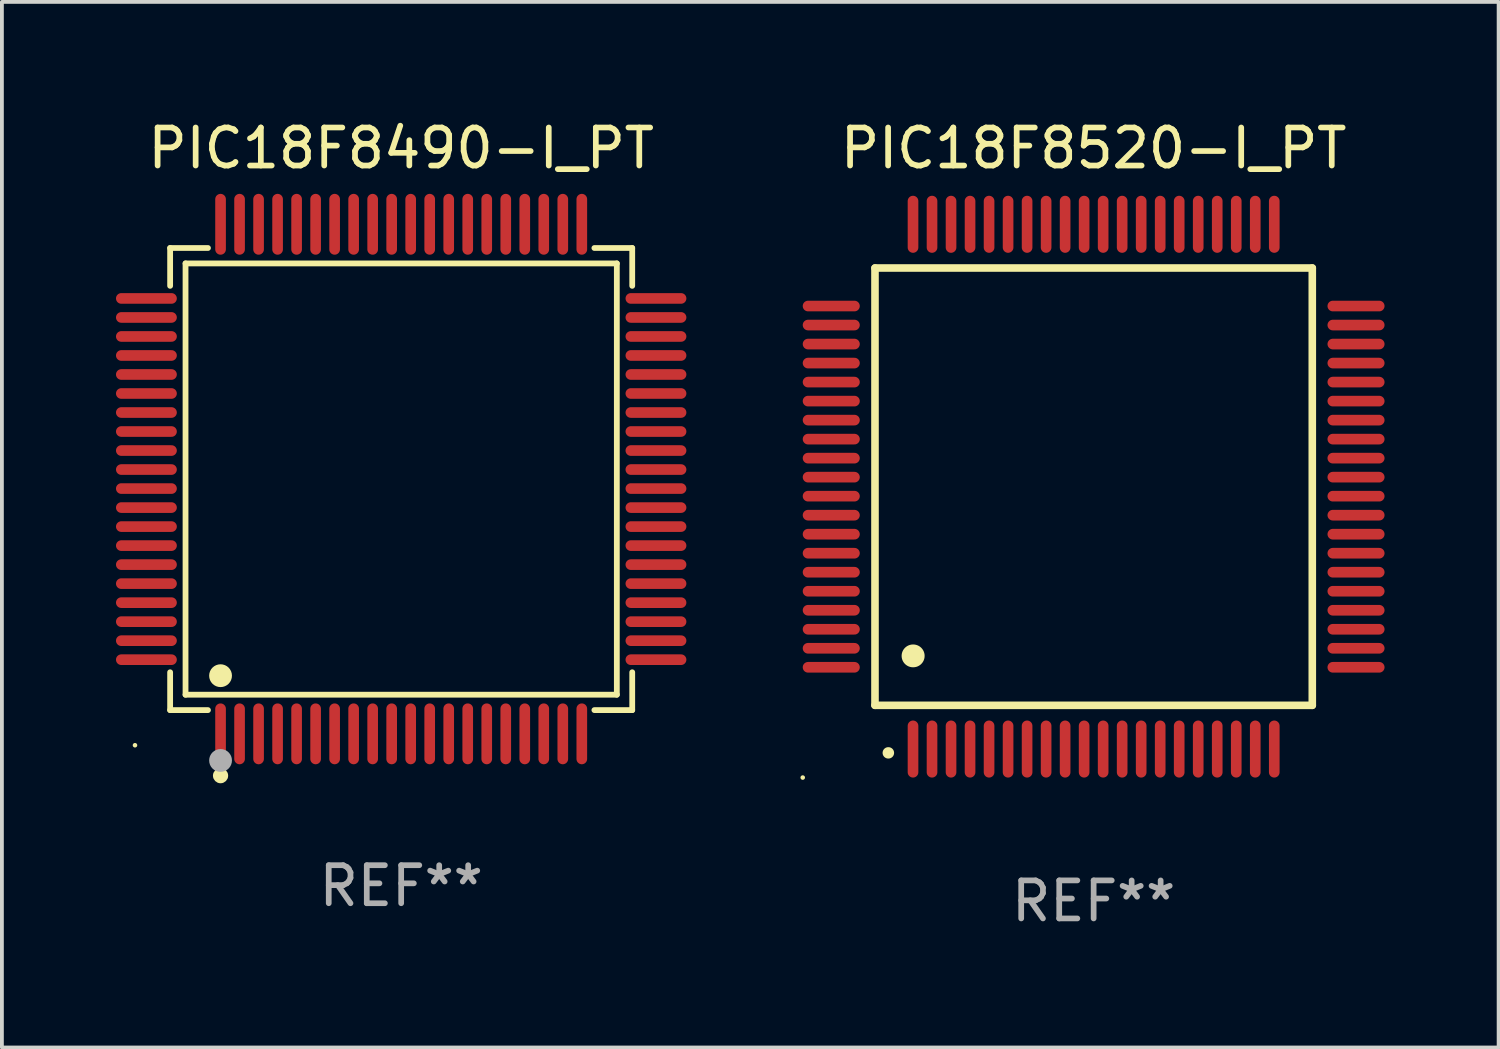
<source format=kicad_pcb>
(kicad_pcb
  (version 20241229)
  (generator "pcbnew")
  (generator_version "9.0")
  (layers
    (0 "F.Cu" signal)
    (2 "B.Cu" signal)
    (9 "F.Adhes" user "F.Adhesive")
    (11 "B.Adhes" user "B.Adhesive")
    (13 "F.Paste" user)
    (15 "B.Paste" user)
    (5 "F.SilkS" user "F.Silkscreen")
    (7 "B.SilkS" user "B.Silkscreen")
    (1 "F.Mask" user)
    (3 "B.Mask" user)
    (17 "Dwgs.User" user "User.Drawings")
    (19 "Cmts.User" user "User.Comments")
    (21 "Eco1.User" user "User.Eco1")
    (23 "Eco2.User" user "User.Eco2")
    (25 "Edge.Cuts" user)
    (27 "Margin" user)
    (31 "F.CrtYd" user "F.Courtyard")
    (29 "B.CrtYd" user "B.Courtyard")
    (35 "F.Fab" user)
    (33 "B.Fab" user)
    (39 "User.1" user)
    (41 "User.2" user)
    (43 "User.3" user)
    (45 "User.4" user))
  (footprint "PIC18F8520-I_PT"
    (layer "F.Cu")
    (at 25.71 9.748)
    (property "Reference" "PIC18F8520-I_PT" (at 0 -8.9 0) (layer "F.SilkS") (effects (font (size 1 1) (thickness 0.15))))
    (attr through_hole)
    (fp_line (start -5.75 -5.75) (end 5.75 -5.75) (stroke (width 0.2) (type solid)) (layer "F.SilkS"))
    (fp_line (start -5.75 5.75) (end -5.75 -5.75) (stroke (width 0.2) (type solid)) (layer "F.SilkS"))
    (fp_line (start 5.75 -5.75) (end 5.75 5.75) (stroke (width 0.2) (type solid)) (layer "F.SilkS"))
    (fp_line (start 5.75 5.75) (end -5.75 5.75) (stroke (width 0.2) (type solid)) (layer "F.SilkS"))
    (fp_arc (start -5.400051 7.000254) (mid -5.398781 7.000249) (end -5.397511 7.000254) (stroke (width 0.3) (type solid)) (layer "F.SilkS"))
    (fp_arc (start -4.749809 4.450089) (mid -4.747269 4.450078) (end -4.744729 4.450089) (stroke (width 0.6) (type solid)) (layer "F.SilkS"))
    (fp_circle (center -7.65 7.65) (end -7.62 7.65) (stroke (width 0.06) (type solid)) (fill no) (layer "F.SilkS"))
    (fp_text user "REF**" (at 0 10.9 0) (layer "F.Fab") (effects (font (size 1 1) (thickness 0.15))))
    (pad "1" smd oval (at -4.75 6.9 180) (size 0.28 1.5) (layers "F.Cu" "F.Mask" "F.Paste"))
    (pad "2" smd oval (at -4.25 6.9 180) (size 0.28 1.5) (layers "F.Cu" "F.Mask" "F.Paste"))
    (pad "3" smd oval (at -3.75 6.9 180) (size 0.28 1.5) (layers "F.Cu" "F.Mask" "F.Paste"))
    (pad "4" smd oval (at -3.25 6.9 180) (size 0.28 1.5) (layers "F.Cu" "F.Mask" "F.Paste"))
    (pad "5" smd oval (at -2.75 6.9 180) (size 0.28 1.5) (layers "F.Cu" "F.Mask" "F.Paste"))
    (pad "6" smd oval (at -2.25 6.9 180) (size 0.28 1.5) (layers "F.Cu" "F.Mask" "F.Paste"))
    (pad "7" smd oval (at -1.75 6.9 180) (size 0.28 1.5) (layers "F.Cu" "F.Mask" "F.Paste"))
    (pad "8" smd oval (at -1.25 6.9 180) (size 0.28 1.5) (layers "F.Cu" "F.Mask" "F.Paste"))
    (pad "9" smd oval (at -0.75 6.9 180) (size 0.28 1.5) (layers "F.Cu" "F.Mask" "F.Paste"))
    (pad "10" smd oval (at -0.25 6.9 180) (size 0.28 1.5) (layers "F.Cu" "F.Mask" "F.Paste"))
    (pad "11" smd oval (at 0.25 6.9 180) (size 0.28 1.5) (layers "F.Cu" "F.Mask" "F.Paste"))
    (pad "12" smd oval (at 0.75 6.9 180) (size 0.28 1.5) (layers "F.Cu" "F.Mask" "F.Paste"))
    (pad "13" smd oval (at 1.25 6.9 180) (size 0.28 1.5) (layers "F.Cu" "F.Mask" "F.Paste"))
    (pad "14" smd oval (at 1.75 6.9 180) (size 0.28 1.5) (layers "F.Cu" "F.Mask" "F.Paste"))
    (pad "15" smd oval (at 2.25 6.9 180) (size 0.28 1.5) (layers "F.Cu" "F.Mask" "F.Paste"))
    (pad "16" smd oval (at 2.75 6.9 180) (size 0.28 1.5) (layers "F.Cu" "F.Mask" "F.Paste"))
    (pad "17" smd oval (at 3.25 6.9 180) (size 0.28 1.5) (layers "F.Cu" "F.Mask" "F.Paste"))
    (pad "18" smd oval (at 3.75 6.9 180) (size 0.28 1.5) (layers "F.Cu" "F.Mask" "F.Paste"))
    (pad "19" smd oval (at 4.25 6.9 180) (size 0.28 1.5) (layers "F.Cu" "F.Mask" "F.Paste"))
    (pad "20" smd oval (at 4.75 6.9) (size 0.28 1.5) (layers "F.Cu" "F.Mask" "F.Paste"))
    (pad "21" smd oval (at 6.9 4.75 270) (size 0.28 1.5) (layers "F.Cu" "F.Mask" "F.Paste"))
    (pad "22" smd oval (at 6.9 4.25 90) (size 0.28 1.5) (layers "F.Cu" "F.Mask" "F.Paste"))
    (pad "23" smd oval (at 6.9 3.75 90) (size 0.28 1.5) (layers "F.Cu" "F.Mask" "F.Paste"))
    (pad "24" smd oval (at 6.9 3.25 90) (size 0.28 1.5) (layers "F.Cu" "F.Mask" "F.Paste"))
    (pad "25" smd oval (at 6.9 2.75 90) (size 0.28 1.5) (layers "F.Cu" "F.Mask" "F.Paste"))
    (pad "26" smd oval (at 6.9 2.25 90) (size 0.28 1.5) (layers "F.Cu" "F.Mask" "F.Paste"))
    (pad "27" smd oval (at 6.9 1.75 90) (size 0.28 1.5) (layers "F.Cu" "F.Mask" "F.Paste"))
    (pad "28" smd oval (at 6.9 1.25 90) (size 0.28 1.5) (layers "F.Cu" "F.Mask" "F.Paste"))
    (pad "29" smd oval (at 6.9 0.75 90) (size 0.28 1.5) (layers "F.Cu" "F.Mask" "F.Paste"))
    (pad "30" smd oval (at 6.9 0.25 90) (size 0.28 1.5) (layers "F.Cu" "F.Mask" "F.Paste"))
    (pad "31" smd oval (at 6.9 -0.25 90) (size 0.28 1.5) (layers "F.Cu" "F.Mask" "F.Paste"))
    (pad "32" smd oval (at 6.9 -0.75 90) (size 0.28 1.5) (layers "F.Cu" "F.Mask" "F.Paste"))
    (pad "33" smd oval (at 6.9 -1.25 90) (size 0.28 1.5) (layers "F.Cu" "F.Mask" "F.Paste"))
    (pad "34" smd oval (at 6.9 -1.75 90) (size 0.28 1.5) (layers "F.Cu" "F.Mask" "F.Paste"))
    (pad "35" smd oval (at 6.9 -2.25 90) (size 0.28 1.5) (layers "F.Cu" "F.Mask" "F.Paste"))
    (pad "36" smd oval (at 6.9 -2.75 90) (size 0.28 1.5) (layers "F.Cu" "F.Mask" "F.Paste"))
    (pad "37" smd oval (at 6.9 -3.25 90) (size 0.28 1.5) (layers "F.Cu" "F.Mask" "F.Paste"))
    (pad "38" smd oval (at 6.9 -3.75 90) (size 0.28 1.5) (layers "F.Cu" "F.Mask" "F.Paste"))
    (pad "39" smd oval (at 6.9 -4.25 90) (size 0.28 1.5) (layers "F.Cu" "F.Mask" "F.Paste"))
    (pad "40" smd oval (at 6.9 -4.75 90) (size 0.28 1.5) (layers "F.Cu" "F.Mask" "F.Paste"))
    (pad "41" smd oval (at 4.75 -6.9) (size 0.28 1.5) (layers "F.Cu" "F.Mask" "F.Paste"))
    (pad "42" smd oval (at 4.25 -6.9 180) (size 0.28 1.5) (layers "F.Cu" "F.Mask" "F.Paste"))
    (pad "43" smd oval (at 3.75 -6.9 180) (size 0.28 1.5) (layers "F.Cu" "F.Mask" "F.Paste"))
    (pad "44" smd oval (at 3.25 -6.9 180) (size 0.28 1.5) (layers "F.Cu" "F.Mask" "F.Paste"))
    (pad "45" smd oval (at 2.75 -6.9 180) (size 0.28 1.5) (layers "F.Cu" "F.Mask" "F.Paste"))
    (pad "46" smd oval (at 2.25 -6.9 180) (size 0.28 1.5) (layers "F.Cu" "F.Mask" "F.Paste"))
    (pad "47" smd oval (at 1.75 -6.9 180) (size 0.28 1.5) (layers "F.Cu" "F.Mask" "F.Paste"))
    (pad "48" smd oval (at 1.25 -6.9 180) (size 0.28 1.5) (layers "F.Cu" "F.Mask" "F.Paste"))
    (pad "49" smd oval (at 0.75 -6.9 180) (size 0.28 1.5) (layers "F.Cu" "F.Mask" "F.Paste"))
    (pad "50" smd oval (at 0.25 -6.9 180) (size 0.28 1.5) (layers "F.Cu" "F.Mask" "F.Paste"))
    (pad "51" smd oval (at -0.25 -6.9 180) (size 0.28 1.5) (layers "F.Cu" "F.Mask" "F.Paste"))
    (pad "52" smd oval (at -0.75 -6.9 180) (size 0.28 1.5) (layers "F.Cu" "F.Mask" "F.Paste"))
    (pad "53" smd oval (at -1.25 -6.9 180) (size 0.28 1.5) (layers "F.Cu" "F.Mask" "F.Paste"))
    (pad "54" smd oval (at -1.75 -6.9 180) (size 0.28 1.5) (layers "F.Cu" "F.Mask" "F.Paste"))
    (pad "55" smd oval (at -2.25 -6.9 180) (size 0.28 1.5) (layers "F.Cu" "F.Mask" "F.Paste"))
    (pad "56" smd oval (at -2.75 -6.9 180) (size 0.28 1.5) (layers "F.Cu" "F.Mask" "F.Paste"))
    (pad "57" smd oval (at -3.25 -6.9 180) (size 0.28 1.5) (layers "F.Cu" "F.Mask" "F.Paste"))
    (pad "58" smd oval (at -3.75 -6.9 180) (size 0.28 1.5) (layers "F.Cu" "F.Mask" "F.Paste"))
    (pad "59" smd oval (at -4.25 -6.9 180) (size 0.28 1.5) (layers "F.Cu" "F.Mask" "F.Paste"))
    (pad "60" smd oval (at -4.75 -6.9 180) (size 0.28 1.5) (layers "F.Cu" "F.Mask" "F.Paste"))
    (pad "61" smd oval (at -6.9 -4.75 90) (size 0.28 1.5) (layers "F.Cu" "F.Mask" "F.Paste"))
    (pad "62" smd oval (at -6.9 -4.25 90) (size 0.28 1.5) (layers "F.Cu" "F.Mask" "F.Paste"))
    (pad "63" smd oval (at -6.9 -3.75 90) (size 0.28 1.5) (layers "F.Cu" "F.Mask" "F.Paste"))
    (pad "64" smd oval (at -6.9 -3.25 90) (size 0.28 1.5) (layers "F.Cu" "F.Mask" "F.Paste"))
    (pad "65" smd oval (at -6.9 -2.75 90) (size 0.28 1.5) (layers "F.Cu" "F.Mask" "F.Paste"))
    (pad "66" smd oval (at -6.9 -2.25 90) (size 0.28 1.5) (layers "F.Cu" "F.Mask" "F.Paste"))
    (pad "67" smd oval (at -6.9 -1.75 90) (size 0.28 1.5) (layers "F.Cu" "F.Mask" "F.Paste"))
    (pad "68" smd oval (at -6.9 -1.25 90) (size 0.28 1.5) (layers "F.Cu" "F.Mask" "F.Paste"))
    (pad "69" smd oval (at -6.9 -0.75 90) (size 0.28 1.5) (layers "F.Cu" "F.Mask" "F.Paste"))
    (pad "70" smd oval (at -6.9 -0.25 90) (size 0.28 1.5) (layers "F.Cu" "F.Mask" "F.Paste"))
    (pad "71" smd oval (at -6.9 0.25 90) (size 0.28 1.5) (layers "F.Cu" "F.Mask" "F.Paste"))
    (pad "72" smd oval (at -6.9 0.75 90) (size 0.28 1.5) (layers "F.Cu" "F.Mask" "F.Paste"))
    (pad "73" smd oval (at -6.9 1.25 90) (size 0.28 1.5) (layers "F.Cu" "F.Mask" "F.Paste"))
    (pad "74" smd oval (at -6.9 1.75 90) (size 0.28 1.5) (layers "F.Cu" "F.Mask" "F.Paste"))
    (pad "75" smd oval (at -6.9 2.25 90) (size 0.28 1.5) (layers "F.Cu" "F.Mask" "F.Paste"))
    (pad "76" smd oval (at -6.9 2.75 90) (size 0.28 1.5) (layers "F.Cu" "F.Mask" "F.Paste"))
    (pad "77" smd oval (at -6.9 3.25 90) (size 0.28 1.5) (layers "F.Cu" "F.Mask" "F.Paste"))
    (pad "78" smd oval (at -6.9 3.75 90) (size 0.28 1.5) (layers "F.Cu" "F.Mask" "F.Paste"))
    (pad "79" smd oval (at -6.9 4.25 90) (size 0.28 1.5) (layers "F.Cu" "F.Mask" "F.Paste"))
    (pad "80" smd oval (at -6.9 4.75 270) (size 0.28 1.5) (layers "F.Cu" "F.Mask" "F.Paste")))
  (footprint "PIC18F8490-I_PT"
    (layer "F.Cu")
    (at 7.5 9.548)
    (property "Reference" "PIC18F8490-I_PT" (at 0 -8.7 0) (layer "F.SilkS") (effects (font (size 1 1) (thickness 0.15))))
    (attr through_hole)
    (fp_line (start -6.076 -6.076) (end -5.081 -6.076) (stroke (width 0.152) (type solid)) (layer "F.SilkS"))
    (fp_line (start -6.076 -5.081) (end -6.076 -6.076) (stroke (width 0.152) (type solid)) (layer "F.SilkS"))
    (fp_line (start -6.076 5.081) (end -6.076 6.076) (stroke (width 0.152) (type solid)) (layer "F.SilkS"))
    (fp_line (start -6.076 6.076) (end -5.081 6.076) (stroke (width 0.152) (type solid)) (layer "F.SilkS"))
    (fp_line (start -5.671 -5.671) (end 5.671 -5.671) (stroke (width 0.152) (type solid)) (layer "F.SilkS"))
    (fp_line (start -5.671 5.671) (end -5.671 -5.671) (stroke (width 0.152) (type solid)) (layer "F.SilkS"))
    (fp_line (start 5.671 -5.671) (end 5.671 5.671) (stroke (width 0.152) (type solid)) (layer "F.SilkS"))
    (fp_line (start 5.671 5.671) (end -5.671 5.671) (stroke (width 0.152) (type solid)) (layer "F.SilkS"))
    (fp_line (start 6.076 -6.076) (end 5.081 -6.076) (stroke (width 0.152) (type solid)) (layer "F.SilkS"))
    (fp_line (start 6.076 -5.081) (end 6.076 -6.076) (stroke (width 0.152) (type solid)) (layer "F.SilkS"))
    (fp_line (start 6.076 5.081) (end 6.076 6.076) (stroke (width 0.152) (type solid)) (layer "F.SilkS"))
    (fp_line (start 6.076 6.076) (end 5.081 6.076) (stroke (width 0.152) (type solid)) (layer "F.SilkS"))
    (fp_circle (center -7 7) (end -6.97 7) (stroke (width 0.06) (type solid)) (fill no) (layer "F.SilkS"))
    (fp_circle (center -4.75 5.171) (end -4.6 5.171) (stroke (width 0.3) (type solid)) (fill no) (layer "F.SilkS"))
    (fp_circle (center -4.75 7.8) (end -4.65 7.8) (stroke (width 0.2) (type solid)) (fill no) (layer "F.SilkS"))
    (fp_circle (center -4.75 7.4) (end -4.6 7.4) (stroke (width 0.3) (type solid)) (fill no) (layer "F.Fab"))
    (fp_text user "REF**" (at 0 10.7 0) (layer "F.Fab") (effects (font (size 1 1) (thickness 0.15))))
    (pad "1" smd oval (at -4.75 6.7) (size 0.28 1.6) (layers "F.Cu" "F.Mask" "F.Paste"))
    (pad "2" smd oval (at -4.25 6.7) (size 0.28 1.6) (layers "F.Cu" "F.Mask" "F.Paste"))
    (pad "3" smd oval (at -3.75 6.7) (size 0.28 1.6) (layers "F.Cu" "F.Mask" "F.Paste"))
    (pad "4" smd oval (at -3.25 6.7) (size 0.28 1.6) (layers "F.Cu" "F.Mask" "F.Paste"))
    (pad "5" smd oval (at -2.75 6.7) (size 0.28 1.6) (layers "F.Cu" "F.Mask" "F.Paste"))
    (pad "6" smd oval (at -2.25 6.7) (size 0.28 1.6) (layers "F.Cu" "F.Mask" "F.Paste"))
    (pad "7" smd oval (at -1.75 6.7) (size 0.28 1.6) (layers "F.Cu" "F.Mask" "F.Paste"))
    (pad "8" smd oval (at -1.25 6.7) (size 0.28 1.6) (layers "F.Cu" "F.Mask" "F.Paste"))
    (pad "9" smd oval (at -0.75 6.7) (size 0.28 1.6) (layers "F.Cu" "F.Mask" "F.Paste"))
    (pad "10" smd oval (at -0.25 6.7) (size 0.28 1.6) (layers "F.Cu" "F.Mask" "F.Paste"))
    (pad "11" smd oval (at 0.25 6.7) (size 0.28 1.6) (layers "F.Cu" "F.Mask" "F.Paste"))
    (pad "12" smd oval (at 0.75 6.7) (size 0.28 1.6) (layers "F.Cu" "F.Mask" "F.Paste"))
    (pad "13" smd oval (at 1.25 6.7) (size 0.28 1.6) (layers "F.Cu" "F.Mask" "F.Paste"))
    (pad "14" smd oval (at 1.75 6.7) (size 0.28 1.6) (layers "F.Cu" "F.Mask" "F.Paste"))
    (pad "15" smd oval (at 2.25 6.7) (size 0.28 1.6) (layers "F.Cu" "F.Mask" "F.Paste"))
    (pad "16" smd oval (at 2.75 6.7) (size 0.28 1.6) (layers "F.Cu" "F.Mask" "F.Paste"))
    (pad "17" smd oval (at 3.25 6.7) (size 0.28 1.6) (layers "F.Cu" "F.Mask" "F.Paste"))
    (pad "18" smd oval (at 3.75 6.7) (size 0.28 1.6) (layers "F.Cu" "F.Mask" "F.Paste"))
    (pad "19" smd oval (at 4.25 6.7) (size 0.28 1.6) (layers "F.Cu" "F.Mask" "F.Paste"))
    (pad "20" smd oval (at 4.75 6.7) (size 0.28 1.6) (layers "F.Cu" "F.Mask" "F.Paste"))
    (pad "21" smd oval (at 6.7 4.75) (size 1.6 0.28) (layers "F.Cu" "F.Mask" "F.Paste"))
    (pad "22" smd oval (at 6.7 4.25) (size 1.6 0.28) (layers "F.Cu" "F.Mask" "F.Paste"))
    (pad "23" smd oval (at 6.7 3.75) (size 1.6 0.28) (layers "F.Cu" "F.Mask" "F.Paste"))
    (pad "24" smd oval (at 6.7 3.25) (size 1.6 0.28) (layers "F.Cu" "F.Mask" "F.Paste"))
    (pad "25" smd oval (at 6.7 2.75) (size 1.6 0.28) (layers "F.Cu" "F.Mask" "F.Paste"))
    (pad "26" smd oval (at 6.7 2.25) (size 1.6 0.28) (layers "F.Cu" "F.Mask" "F.Paste"))
    (pad "27" smd oval (at 6.7 1.75) (size 1.6 0.28) (layers "F.Cu" "F.Mask" "F.Paste"))
    (pad "28" smd oval (at 6.7 1.25) (size 1.6 0.28) (layers "F.Cu" "F.Mask" "F.Paste"))
    (pad "29" smd oval (at 6.7 0.75) (size 1.6 0.28) (layers "F.Cu" "F.Mask" "F.Paste"))
    (pad "30" smd oval (at 6.7 0.25) (size 1.6 0.28) (layers "F.Cu" "F.Mask" "F.Paste"))
    (pad "31" smd oval (at 6.7 -0.25) (size 1.6 0.28) (layers "F.Cu" "F.Mask" "F.Paste"))
    (pad "32" smd oval (at 6.7 -0.75) (size 1.6 0.28) (layers "F.Cu" "F.Mask" "F.Paste"))
    (pad "33" smd oval (at 6.7 -1.25) (size 1.6 0.28) (layers "F.Cu" "F.Mask" "F.Paste"))
    (pad "34" smd oval (at 6.7 -1.75) (size 1.6 0.28) (layers "F.Cu" "F.Mask" "F.Paste"))
    (pad "35" smd oval (at 6.7 -2.25) (size 1.6 0.28) (layers "F.Cu" "F.Mask" "F.Paste"))
    (pad "36" smd oval (at 6.7 -2.75) (size 1.6 0.28) (layers "F.Cu" "F.Mask" "F.Paste"))
    (pad "37" smd oval (at 6.7 -3.25) (size 1.6 0.28) (layers "F.Cu" "F.Mask" "F.Paste"))
    (pad "38" smd oval (at 6.7 -3.75) (size 1.6 0.28) (layers "F.Cu" "F.Mask" "F.Paste"))
    (pad "39" smd oval (at 6.7 -4.25) (size 1.6 0.28) (layers "F.Cu" "F.Mask" "F.Paste"))
    (pad "40" smd oval (at 6.7 -4.75) (size 1.6 0.28) (layers "F.Cu" "F.Mask" "F.Paste"))
    (pad "41" smd oval (at 4.75 -6.7) (size 0.28 1.6) (layers "F.Cu" "F.Mask" "F.Paste"))
    (pad "42" smd oval (at 4.25 -6.7) (size 0.28 1.6) (layers "F.Cu" "F.Mask" "F.Paste"))
    (pad "43" smd oval (at 3.75 -6.7) (size 0.28 1.6) (layers "F.Cu" "F.Mask" "F.Paste"))
    (pad "44" smd oval (at 3.25 -6.7) (size 0.28 1.6) (layers "F.Cu" "F.Mask" "F.Paste"))
    (pad "45" smd oval (at 2.75 -6.7) (size 0.28 1.6) (layers "F.Cu" "F.Mask" "F.Paste"))
    (pad "46" smd oval (at 2.25 -6.7) (size 0.28 1.6) (layers "F.Cu" "F.Mask" "F.Paste"))
    (pad "47" smd oval (at 1.75 -6.7) (size 0.28 1.6) (layers "F.Cu" "F.Mask" "F.Paste"))
    (pad "48" smd oval (at 1.25 -6.7) (size 0.28 1.6) (layers "F.Cu" "F.Mask" "F.Paste"))
    (pad "49" smd oval (at 0.75 -6.7) (size 0.28 1.6) (layers "F.Cu" "F.Mask" "F.Paste"))
    (pad "50" smd oval (at 0.25 -6.7) (size 0.28 1.6) (layers "F.Cu" "F.Mask" "F.Paste"))
    (pad "51" smd oval (at -0.25 -6.7) (size 0.28 1.6) (layers "F.Cu" "F.Mask" "F.Paste"))
    (pad "52" smd oval (at -0.75 -6.7) (size 0.28 1.6) (layers "F.Cu" "F.Mask" "F.Paste"))
    (pad "53" smd oval (at -1.25 -6.7) (size 0.28 1.6) (layers "F.Cu" "F.Mask" "F.Paste"))
    (pad "54" smd oval (at -1.75 -6.7) (size 0.28 1.6) (layers "F.Cu" "F.Mask" "F.Paste"))
    (pad "55" smd oval (at -2.25 -6.7) (size 0.28 1.6) (layers "F.Cu" "F.Mask" "F.Paste"))
    (pad "56" smd oval (at -2.75 -6.7) (size 0.28 1.6) (layers "F.Cu" "F.Mask" "F.Paste"))
    (pad "57" smd oval (at -3.25 -6.7) (size 0.28 1.6) (layers "F.Cu" "F.Mask" "F.Paste"))
    (pad "58" smd oval (at -3.75 -6.7) (size 0.28 1.6) (layers "F.Cu" "F.Mask" "F.Paste"))
    (pad "59" smd oval (at -4.25 -6.7) (size 0.28 1.6) (layers "F.Cu" "F.Mask" "F.Paste"))
    (pad "60" smd oval (at -4.75 -6.7) (size 0.28 1.6) (layers "F.Cu" "F.Mask" "F.Paste"))
    (pad "61" smd oval (at -6.7 -4.75) (size 1.6 0.28) (layers "F.Cu" "F.Mask" "F.Paste"))
    (pad "62" smd oval (at -6.7 -4.25) (size 1.6 0.28) (layers "F.Cu" "F.Mask" "F.Paste"))
    (pad "63" smd oval (at -6.7 -3.75) (size 1.6 0.28) (layers "F.Cu" "F.Mask" "F.Paste"))
    (pad "64" smd oval (at -6.7 -3.25) (size 1.6 0.28) (layers "F.Cu" "F.Mask" "F.Paste"))
    (pad "65" smd oval (at -6.7 -2.75) (size 1.6 0.28) (layers "F.Cu" "F.Mask" "F.Paste"))
    (pad "66" smd oval (at -6.7 -2.25) (size 1.6 0.28) (layers "F.Cu" "F.Mask" "F.Paste"))
    (pad "67" smd oval (at -6.7 -1.75) (size 1.6 0.28) (layers "F.Cu" "F.Mask" "F.Paste"))
    (pad "68" smd oval (at -6.7 -1.25) (size 1.6 0.28) (layers "F.Cu" "F.Mask" "F.Paste"))
    (pad "69" smd oval (at -6.7 -0.75) (size 1.6 0.28) (layers "F.Cu" "F.Mask" "F.Paste"))
    (pad "70" smd oval (at -6.7 -0.25) (size 1.6 0.28) (layers "F.Cu" "F.Mask" "F.Paste"))
    (pad "71" smd oval (at -6.7 0.25) (size 1.6 0.28) (layers "F.Cu" "F.Mask" "F.Paste"))
    (pad "72" smd oval (at -6.7 0.75) (size 1.6 0.28) (layers "F.Cu" "F.Mask" "F.Paste"))
    (pad "73" smd oval (at -6.7 1.25) (size 1.6 0.28) (layers "F.Cu" "F.Mask" "F.Paste"))
    (pad "74" smd oval (at -6.7 1.75) (size 1.6 0.28) (layers "F.Cu" "F.Mask" "F.Paste"))
    (pad "75" smd oval (at -6.7 2.25) (size 1.6 0.28) (layers "F.Cu" "F.Mask" "F.Paste"))
    (pad "76" smd oval (at -6.7 2.75) (size 1.6 0.28) (layers "F.Cu" "F.Mask" "F.Paste"))
    (pad "77" smd oval (at -6.7 3.25) (size 1.6 0.28) (layers "F.Cu" "F.Mask" "F.Paste"))
    (pad "78" smd oval (at -6.7 3.75) (size 1.6 0.28) (layers "F.Cu" "F.Mask" "F.Paste"))
    (pad "79" smd oval (at -6.7 4.25) (size 1.6 0.28) (layers "F.Cu" "F.Mask" "F.Paste"))
    (pad "80" smd oval (at -6.7 4.75) (size 1.6 0.28) (layers "F.Cu" "F.Mask" "F.Paste")))
  (gr_rect
    (start -3 -3)
    (end 36.36 24.496)
    (stroke (width 0.1) (type default))
    (fill no)
    (layer "Edge.Cuts")))
</source>
